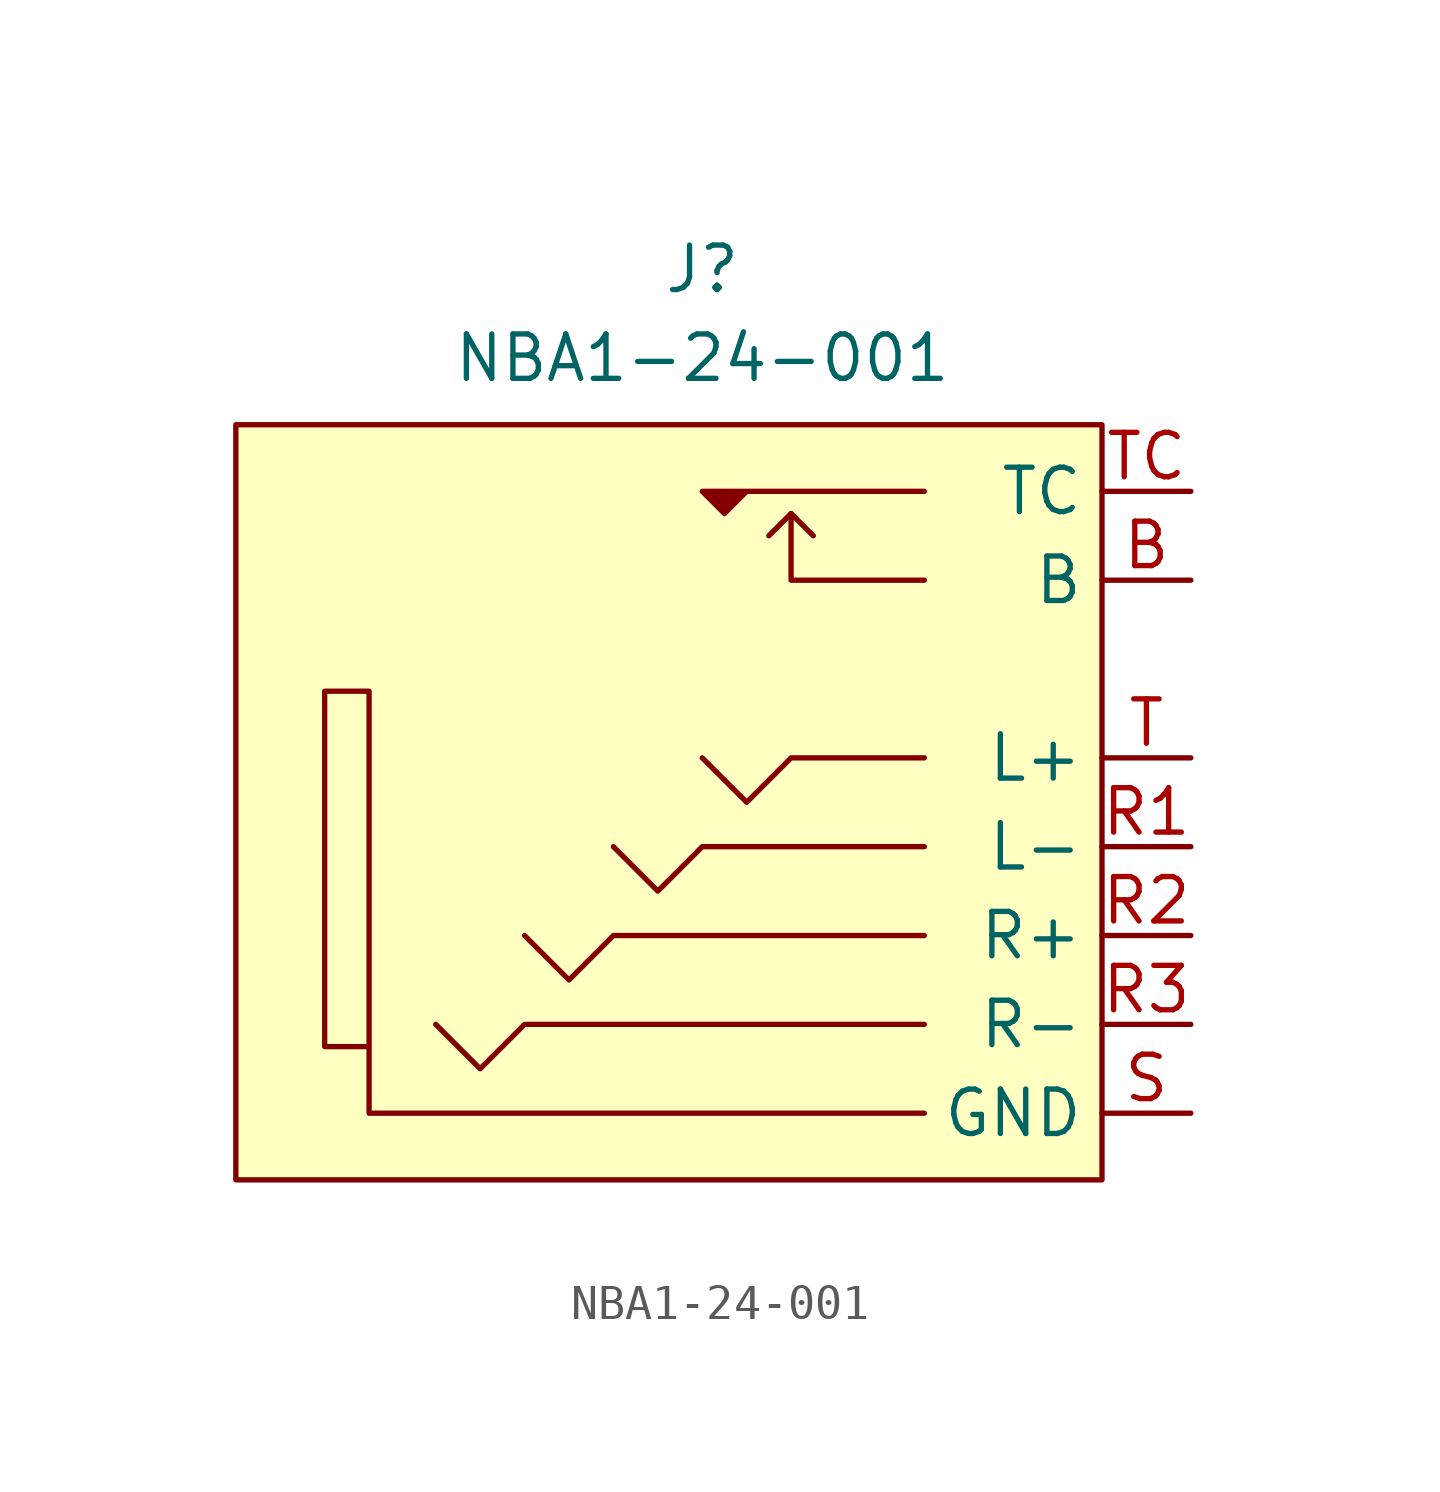
<source format=kicad_sym>
(kicad_symbol_lib
  (version 20220914)
  (generator kicad_symbol_editor)
  (symbol "NBA1-24-001"
    (property "Reference" "J"
      (at 0 13.97 0)
      (effects (font (size 1.27 1.27))))
    (property "Value" "NBA1-24-001"
      (at 0 11.43 0)
      (effects (font (size 1.27 1.27))))
    (symbol "NBA1-24-001_1_1"
      (rectangle (start -13.335 9.525) (end 11.43 -12.065) (stroke (width 0) (type default)) (fill (type background)))
      (polyline (pts (xy 1.905 6.35) (xy 2.54 6.985)) (stroke (width 0) (type default)) (fill (type none)))
      (polyline (pts (xy 6.35 -7.62) (xy -5.08 -7.62) (xy -6.35 -8.89) (xy -7.62 -7.62)) (stroke (width 0) (type default)) (fill (type none)))
      (polyline (pts (xy 6.35 -5.08) (xy -2.54 -5.08) (xy -3.81 -6.35) (xy -5.08 -5.08)) (stroke (width 0) (type default)) (fill (type none)))
      (polyline (pts (xy 6.35 -2.54) (xy 0 -2.54) (xy -1.27 -3.81) (xy -2.54 -2.54)) (stroke (width 0) (type default)) (fill (type none)))
      (polyline (pts (xy 6.35 0) (xy 2.54 0) (xy 1.27 -1.27) (xy 0 0)) (stroke (width 0) (type default)) (fill (type none)))
      (polyline (pts (xy 6.35 5.08) (xy 2.54 5.08) (xy 2.54 6.985) (xy 3.175 6.35)) (stroke (width 0) (type default)) (fill (type none)))
      (polyline (pts (xy 6.35 7.62) (xy 0 7.62) (xy 0.635 6.985) (xy 1.27 7.62)) (stroke (width 0) (type default)) (fill (type outline)))
      (polyline (pts (xy 6.35 -10.16) (xy -9.525 -10.16) (xy -9.525 1.905) (xy -10.795 1.905) (xy -10.795 -8.255) (xy -9.525 -8.255)) (stroke (width 0) (type default)) (fill (type none)))
      (pin passive line (at 13.97 5.08 180) (length 2.54) (name "B" (effects (font (size 1.27 1.27)))) (number "B" (effects (font (size 1.27 1.27)))))
      (pin passive line (at 13.97 -2.54 180) (length 2.54) (name "L-" (effects (font (size 1.27 1.27)))) (number "R1" (effects (font (size 1.27 1.27)))))
      (pin passive line (at 13.97 -5.08 180) (length 2.54) (name "R+" (effects (font (size 1.27 1.27)))) (number "R2" (effects (font (size 1.27 1.27)))))
      (pin passive line (at 13.97 -7.62 180) (length 2.54) (name "R-" (effects (font (size 1.27 1.27)))) (number "R3" (effects (font (size 1.27 1.27)))))
      (pin passive line (at 13.97 -10.16 180) (length 2.54) (name "GND" (effects (font (size 1.27 1.27)))) (number "S" (effects (font (size 1.27 1.27)))))
      (pin passive line (at 13.97 0 180) (length 2.54) (name "L+" (effects (font (size 1.27 1.27)))) (number "T" (effects (font (size 1.27 1.27)))))
      (pin passive line (at 13.97 7.62 180) (length 2.54) (name "TC" (effects (font (size 1.27 1.27)))) (number "TC" (effects (font (size 1.27 1.27))))))))
</source>
